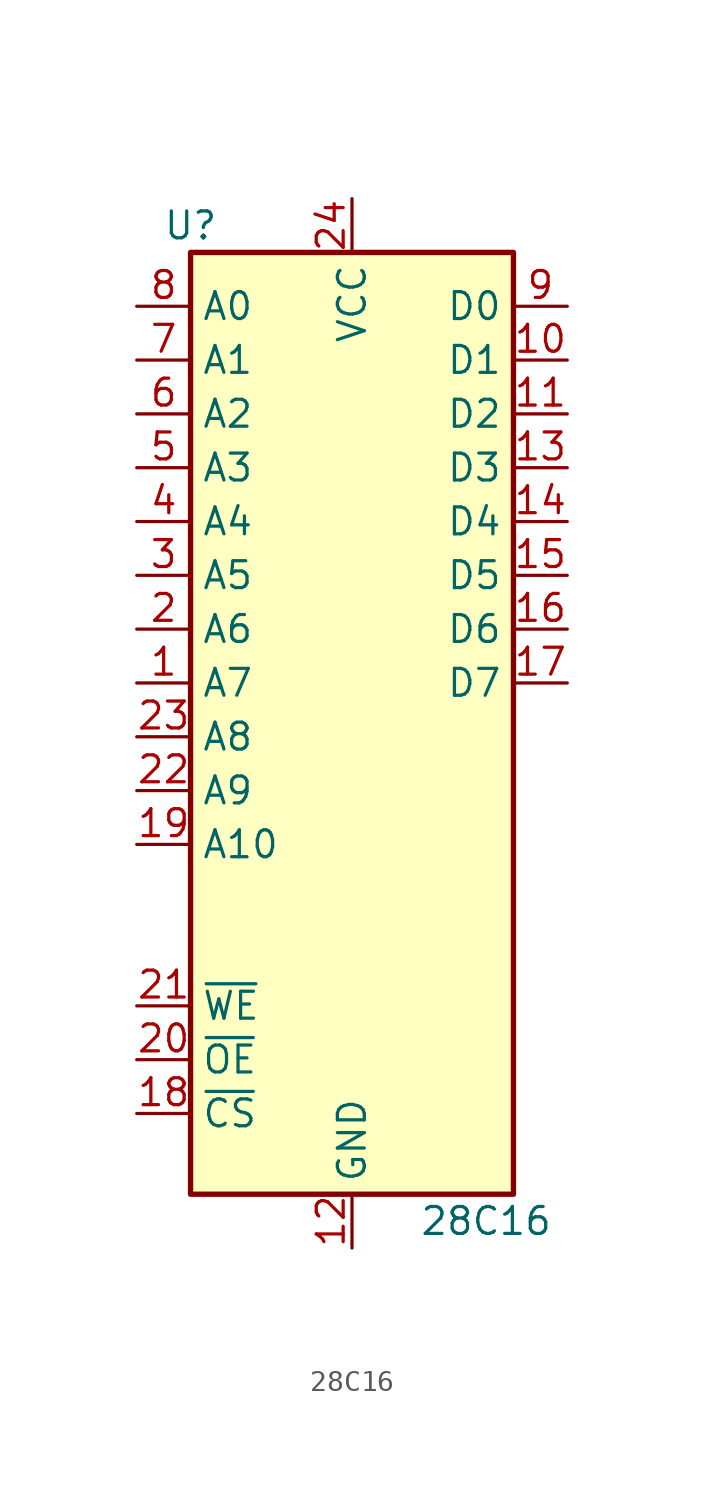
<source format=kicad_sym>
(kicad_symbol_lib
  (version 20211014)
  (generator kicad_symbol_editor)
  (symbol "28C16"
    (property "Reference" "U"
      (at -7.62 26.67 0)
      (effects (font (size 1.27 1.27))))
    (property "Value" "28C16"
      (at 3.175 -20.32 0)
      (effects (font (size 1.27 1.27)) (justify left)))
    (symbol "28C16_1_1"
      (rectangle (start -7.62 25.4) (end 7.62 -19.05) (stroke (width 0.254) (type default) (color 0 0 0 0)) (fill (type background)))
      (pin input line (at -10.16 5.08 0) (length 2.54) (name "A7" (effects (font (size 1.27 1.27)))) (number "1" (effects (font (size 1.27 1.27)))))
      (pin tri_state line (at 10.16 20.32 180) (length 2.54) (name "D1" (effects (font (size 1.27 1.27)))) (number "10" (effects (font (size 1.27 1.27)))))
      (pin tri_state line (at 10.16 17.78 180) (length 2.54) (name "D2" (effects (font (size 1.27 1.27)))) (number "11" (effects (font (size 1.27 1.27)))))
      (pin power_in line (at 0 -21.59 90) (length 2.54) (name "GND" (effects (font (size 1.27 1.27)))) (number "12" (effects (font (size 1.27 1.27)))))
      (pin tri_state line (at 10.16 15.24 180) (length 2.54) (name "D3" (effects (font (size 1.27 1.27)))) (number "13" (effects (font (size 1.27 1.27)))))
      (pin tri_state line (at 10.16 12.7 180) (length 2.54) (name "D4" (effects (font (size 1.27 1.27)))) (number "14" (effects (font (size 1.27 1.27)))))
      (pin tri_state line (at 10.16 10.16 180) (length 2.54) (name "D5" (effects (font (size 1.27 1.27)))) (number "15" (effects (font (size 1.27 1.27)))))
      (pin tri_state line (at 10.16 7.62 180) (length 2.54) (name "D6" (effects (font (size 1.27 1.27)))) (number "16" (effects (font (size 1.27 1.27)))))
      (pin tri_state line (at 10.16 5.08 180) (length 2.54) (name "D7" (effects (font (size 1.27 1.27)))) (number "17" (effects (font (size 1.27 1.27)))))
      (pin input line (at -10.16 -15.24 0) (length 2.54) (name "~{CS}" (effects (font (size 1.27 1.27)))) (number "18" (effects (font (size 1.27 1.27)))))
      (pin input line (at -10.16 -2.54 0) (length 2.54) (name "A10" (effects (font (size 1.27 1.27)))) (number "19" (effects (font (size 1.27 1.27)))))
      (pin input line (at -10.16 7.62 0) (length 2.54) (name "A6" (effects (font (size 1.27 1.27)))) (number "2" (effects (font (size 1.27 1.27)))))
      (pin input line (at -10.16 -12.7 0) (length 2.54) (name "~{OE}" (effects (font (size 1.27 1.27)))) (number "20" (effects (font (size 1.27 1.27)))))
      (pin input line (at -10.16 -10.16 0) (length 2.54) (name "~{WE}" (effects (font (size 1.27 1.27)))) (number "21" (effects (font (size 1.27 1.27)))))
      (pin input line (at -10.16 0 0) (length 2.54) (name "A9" (effects (font (size 1.27 1.27)))) (number "22" (effects (font (size 1.27 1.27)))))
      (pin input line (at -10.16 2.54 0) (length 2.54) (name "A8" (effects (font (size 1.27 1.27)))) (number "23" (effects (font (size 1.27 1.27)))))
      (pin power_in line (at 0 27.94 270) (length 2.54) (name "VCC" (effects (font (size 1.27 1.27)))) (number "24" (effects (font (size 1.27 1.27)))))
      (pin input line (at -10.16 10.16 0) (length 2.54) (name "A5" (effects (font (size 1.27 1.27)))) (number "3" (effects (font (size 1.27 1.27)))))
      (pin input line (at -10.16 12.7 0) (length 2.54) (name "A4" (effects (font (size 1.27 1.27)))) (number "4" (effects (font (size 1.27 1.27)))))
      (pin input line (at -10.16 15.24 0) (length 2.54) (name "A3" (effects (font (size 1.27 1.27)))) (number "5" (effects (font (size 1.27 1.27)))))
      (pin input line (at -10.16 17.78 0) (length 2.54) (name "A2" (effects (font (size 1.27 1.27)))) (number "6" (effects (font (size 1.27 1.27)))))
      (pin input line (at -10.16 20.32 0) (length 2.54) (name "A1" (effects (font (size 1.27 1.27)))) (number "7" (effects (font (size 1.27 1.27)))))
      (pin input line (at -10.16 22.86 0) (length 2.54) (name "A0" (effects (font (size 1.27 1.27)))) (number "8" (effects (font (size 1.27 1.27)))))
      (pin tri_state line (at 10.16 22.86 180) (length 2.54) (name "D0" (effects (font (size 1.27 1.27)))) (number "9" (effects (font (size 1.27 1.27))))))))
</source>
